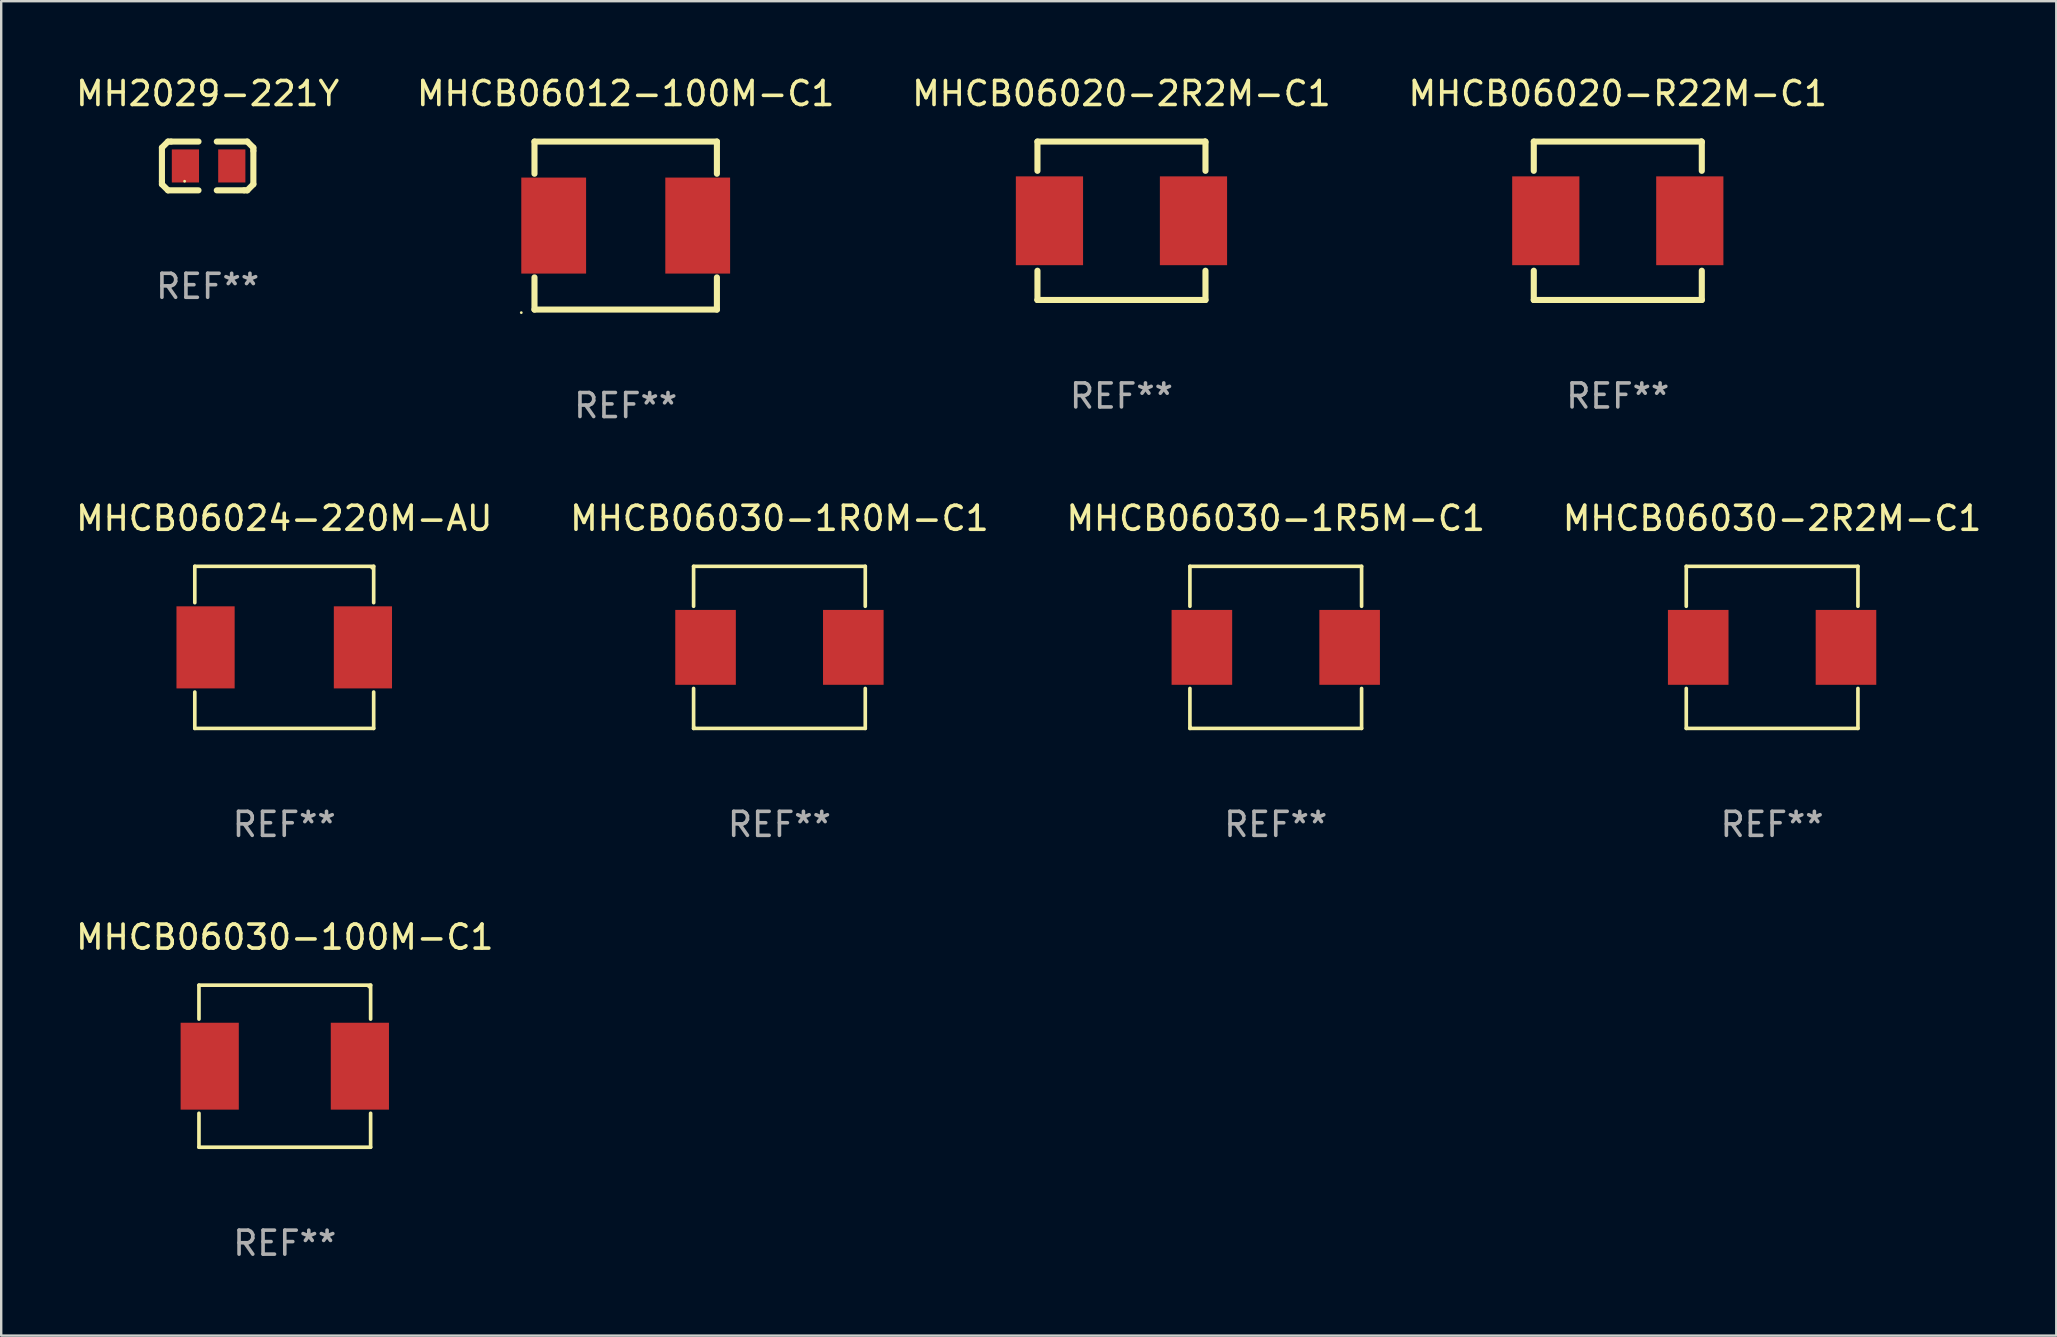
<source format=kicad_pcb>
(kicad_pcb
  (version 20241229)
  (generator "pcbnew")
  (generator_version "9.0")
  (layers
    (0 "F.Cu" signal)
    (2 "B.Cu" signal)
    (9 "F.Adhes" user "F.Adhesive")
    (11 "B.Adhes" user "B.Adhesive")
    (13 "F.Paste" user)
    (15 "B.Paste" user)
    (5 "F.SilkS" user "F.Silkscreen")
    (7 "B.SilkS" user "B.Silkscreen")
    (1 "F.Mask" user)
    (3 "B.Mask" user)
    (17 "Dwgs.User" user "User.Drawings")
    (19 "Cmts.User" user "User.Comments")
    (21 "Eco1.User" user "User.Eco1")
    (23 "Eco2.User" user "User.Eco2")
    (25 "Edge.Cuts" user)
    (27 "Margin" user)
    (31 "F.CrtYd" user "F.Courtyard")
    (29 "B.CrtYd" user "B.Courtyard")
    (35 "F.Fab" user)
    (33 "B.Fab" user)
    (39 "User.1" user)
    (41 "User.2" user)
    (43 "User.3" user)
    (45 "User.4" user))
  (footprint "MH2029-221Y"
    (layer "F.Cu")
    (at 5.601 3.864)
    (property "Reference" "MH2029-221Y" (at 0 -3.016 0) (layer "F.SilkS") (effects (font (size 1 1) (thickness 0.15))))
    (attr through_hole)
    (fp_line (start -1.905 -0.762) (end -1.905 0.635) (stroke (width 0.254) (type solid)) (layer "F.SilkS"))
    (fp_line (start -1.905 0.635) (end -1.905 0.762) (stroke (width 0.254) (type solid)) (layer "F.SilkS"))
    (fp_line (start -1.905 0.762) (end -1.651 1.016) (stroke (width 0.254) (type solid)) (layer "F.SilkS"))
    (fp_line (start -1.651 -1.016) (end -1.905 -0.762) (stroke (width 0.254) (type solid)) (layer "F.SilkS"))
    (fp_line (start -1.651 1.016) (end -0.381 1.016) (stroke (width 0.254) (type solid)) (layer "F.SilkS"))
    (fp_line (start -1.524 -1.016) (end -1.651 -1.016) (stroke (width 0.254) (type solid)) (layer "F.SilkS"))
    (fp_line (start -0.381 -1.016) (end -1.524 -1.016) (stroke (width 0.254) (type solid)) (layer "F.SilkS"))
    (fp_line (start 0.381 1.016) (end 1.524 1.016) (stroke (width 0.254) (type solid)) (layer "F.SilkS"))
    (fp_line (start 1.524 1.016) (end 1.651 1.016) (stroke (width 0.254) (type solid)) (layer "F.SilkS"))
    (fp_line (start 1.651 -1.016) (end 0.381 -1.016) (stroke (width 0.254) (type solid)) (layer "F.SilkS"))
    (fp_line (start 1.651 1.016) (end 1.905 0.762) (stroke (width 0.254) (type solid)) (layer "F.SilkS"))
    (fp_line (start 1.905 -0.762) (end 1.651 -1.016) (stroke (width 0.254) (type solid)) (layer "F.SilkS"))
    (fp_line (start 1.905 -0.635) (end 1.905 -0.762) (stroke (width 0.254) (type solid)) (layer "F.SilkS"))
    (fp_line (start 1.905 0.762) (end 1.905 -0.635) (stroke (width 0.254) (type solid)) (layer "F.SilkS"))
    (fp_circle (center -0.96 0.637) (end -0.93 0.637) (stroke (width 0.06) (type solid)) (fill no) (layer "F.SilkS"))
    (fp_text user "REF**" (at 0 5.016 0) (layer "F.Fab") (effects (font (size 1 1) (thickness 0.15))))
    (pad "1" smd rect (at -0.926 -0.000051) (size 1.133 1.377) (layers "F.Cu" "F.Mask" "F.Paste"))
    (pad "2" smd rect (at 1.006 -0.000051) (size 1.133 1.377) (layers "F.Cu" "F.Mask" "F.Paste")))
  (footprint "MHCB06030-1R0M-C1"
    (layer "F.Cu")
    (at 29.423 23.921)
    (property "Reference" "MHCB06030-1R0M-C1" (at 0 -5.376 0) (layer "F.SilkS") (effects (font (size 1 1) (thickness 0.15))))
    (attr through_hole)
    (fp_line (start -3.576 -3.376) (end 3.576 -3.376) (stroke (width 0.152) (type solid)) (layer "F.SilkS"))
    (fp_line (start -3.576 -1.712) (end -3.576 -3.376) (stroke (width 0.152) (type solid)) (layer "F.SilkS"))
    (fp_line (start -3.576 1.712) (end -3.576 3.376) (stroke (width 0.152) (type solid)) (layer "F.SilkS"))
    (fp_line (start -3.576 3.376) (end 3.576 3.376) (stroke (width 0.152) (type solid)) (layer "F.SilkS"))
    (fp_line (start 3.576 -3.376) (end 3.576 -1.712) (stroke (width 0.152) (type solid)) (layer "F.SilkS"))
    (fp_line (start 3.576 3.376) (end 3.576 1.712) (stroke (width 0.152) (type solid)) (layer "F.SilkS"))
    (fp_circle (center -3.552 3.307) (end -3.522 3.307) (stroke (width 0.06) (type solid)) (fill no) (layer "F.SilkS"))
    (fp_text user "REF**" (at 0 7.376 0) (layer "F.Fab") (effects (font (size 1 1) (thickness 0.15))))
    (pad "1" smd rect (at -3.078 0) (size 2.524 3.12) (layers "F.Cu" "F.Mask" "F.Paste"))
    (pad "2" smd rect (at 3.078 0) (size 2.524 3.12) (layers "F.Cu" "F.Mask" "F.Paste")))
  (footprint "MHCB06012-100M-C1"
    (layer "F.Cu")
    (at 23.018 6.348)
    (property "Reference" "MHCB06012-100M-C1" (at 0 -5.5 0) (layer "F.SilkS") (effects (font (size 1 1) (thickness 0.15))))
    (attr through_hole)
    (fp_line (start -3.8 -3.5) (end 3.8 -3.5) (stroke (width 0.254) (type solid)) (layer "F.SilkS"))
    (fp_line (start -3.8 -2.159) (end -3.8 -3.5) (stroke (width 0.254) (type solid)) (layer "F.SilkS"))
    (fp_line (start -3.8 2.159) (end -3.8 3.5) (stroke (width 0.254) (type solid)) (layer "F.SilkS"))
    (fp_line (start -3.8 3.5) (end 3.8 3.5) (stroke (width 0.254) (type solid)) (layer "F.SilkS"))
    (fp_line (start 3.8 -3.5) (end 3.8 -2.159) (stroke (width 0.254) (type solid)) (layer "F.SilkS"))
    (fp_line (start 3.8 3.5) (end 3.8 2.159) (stroke (width 0.254) (type solid)) (layer "F.SilkS"))
    (fp_circle (center -4.35 3.627) (end -4.32 3.627) (stroke (width 0.06) (type solid)) (fill no) (layer "F.SilkS"))
    (fp_text user "REF**" (at 0 7.5 0) (layer "F.Fab") (effects (font (size 1 1) (thickness 0.15))))
    (pad "1" smd rect (at -3 0) (size 2.7 4) (layers "F.Cu" "F.Mask" "F.Paste"))
    (pad "2" smd rect (at 3 0) (size 2.7 4) (layers "F.Cu" "F.Mask" "F.Paste")))
  (footprint "MHCB06020-R22M-C1"
    (layer "F.Cu")
    (at 64.351 6.148)
    (property "Reference" "MHCB06020-R22M-C1" (at 0 -5.3 0) (layer "F.SilkS") (effects (font (size 1 1) (thickness 0.15))))
    (attr through_hole)
    (fp_line (start -3.5 -3.3) (end 3.48 -3.3) (stroke (width 0.254) (type solid)) (layer "F.SilkS"))
    (fp_line (start -3.5 -2.081) (end -3.5 -3.3) (stroke (width 0.254) (type solid)) (layer "F.SilkS"))
    (fp_line (start -3.5 3.3) (end -3.5 2.081) (stroke (width 0.254) (type solid)) (layer "F.SilkS"))
    (fp_line (start -3.49 3.3) (end -3.5 3.3) (stroke (width 0.254) (type solid)) (layer "F.SilkS"))
    (fp_line (start 3.48 -3.3) (end 3.5 -3.28) (stroke (width 0.254) (type solid)) (layer "F.SilkS"))
    (fp_line (start 3.5 -3.3) (end 3.5 -2.081) (stroke (width 0.254) (type solid)) (layer "F.SilkS"))
    (fp_line (start 3.5 2.081) (end 3.5 3.3) (stroke (width 0.254) (type solid)) (layer "F.SilkS"))
    (fp_line (start 3.5 3.3) (end -3.49 3.3) (stroke (width 0.254) (type solid)) (layer "F.SilkS"))
    (fp_circle (center -3.5 3.3) (end -3.47 3.3) (stroke (width 0.06) (type solid)) (fill no) (layer "F.SilkS"))
    (fp_text user "REF**" (at 0 7.3 0) (layer "F.Fab") (effects (font (size 1 1) (thickness 0.15))))
    (pad "1" smd rect (at -3 0) (size 2.8 3.7) (layers "F.Cu" "F.Mask" "F.Paste"))
    (pad "2" smd rect (at 3 0) (size 2.8 3.7) (layers "F.Cu" "F.Mask" "F.Paste")))
  (footprint "MHCB06030-2R2M-C1"
    (layer "F.Cu")
    (at 70.78 23.921)
    (property "Reference" "MHCB06030-2R2M-C1" (at 0 -5.376 0) (layer "F.SilkS") (effects (font (size 1 1) (thickness 0.15))))
    (attr through_hole)
    (fp_line (start -3.576 -3.376) (end 3.576 -3.376) (stroke (width 0.152) (type solid)) (layer "F.SilkS"))
    (fp_line (start -3.576 -1.712) (end -3.576 -3.376) (stroke (width 0.152) (type solid)) (layer "F.SilkS"))
    (fp_line (start -3.576 1.712) (end -3.576 3.376) (stroke (width 0.152) (type solid)) (layer "F.SilkS"))
    (fp_line (start -3.576 3.376) (end 3.576 3.376) (stroke (width 0.152) (type solid)) (layer "F.SilkS"))
    (fp_line (start 3.576 -3.376) (end 3.576 -1.712) (stroke (width 0.152) (type solid)) (layer "F.SilkS"))
    (fp_line (start 3.576 3.376) (end 3.576 1.712) (stroke (width 0.152) (type solid)) (layer "F.SilkS"))
    (fp_circle (center -3.552 3.307) (end -3.522 3.307) (stroke (width 0.06) (type solid)) (fill no) (layer "F.SilkS"))
    (fp_text user "REF**" (at 0 7.376 0) (layer "F.Fab") (effects (font (size 1 1) (thickness 0.15))))
    (pad "1" smd rect (at -3.078 0) (size 2.524 3.12) (layers "F.Cu" "F.Mask" "F.Paste"))
    (pad "2" smd rect (at 3.078 0) (size 2.524 3.12) (layers "F.Cu" "F.Mask" "F.Paste")))
  (footprint "MHCB06030-1R5M-C1"
    (layer "F.Cu")
    (at 50.101 23.921)
    (property "Reference" "MHCB06030-1R5M-C1" (at 0 -5.376 0) (layer "F.SilkS") (effects (font (size 1 1) (thickness 0.15))))
    (attr through_hole)
    (fp_line (start -3.576 -3.376) (end 3.576 -3.376) (stroke (width 0.152) (type solid)) (layer "F.SilkS"))
    (fp_line (start -3.576 -1.712) (end -3.576 -3.376) (stroke (width 0.152) (type solid)) (layer "F.SilkS"))
    (fp_line (start -3.576 1.712) (end -3.576 3.376) (stroke (width 0.152) (type solid)) (layer "F.SilkS"))
    (fp_line (start -3.576 3.376) (end 3.576 3.376) (stroke (width 0.152) (type solid)) (layer "F.SilkS"))
    (fp_line (start 3.576 -3.376) (end 3.576 -1.712) (stroke (width 0.152) (type solid)) (layer "F.SilkS"))
    (fp_line (start 3.576 3.376) (end 3.576 1.712) (stroke (width 0.152) (type solid)) (layer "F.SilkS"))
    (fp_circle (center -3.552 3.307) (end -3.522 3.307) (stroke (width 0.06) (type solid)) (fill no) (layer "F.SilkS"))
    (fp_text user "REF**" (at 0 7.376 0) (layer "F.Fab") (effects (font (size 1 1) (thickness 0.15))))
    (pad "1" smd rect (at -3.078 0) (size 2.524 3.12) (layers "F.Cu" "F.Mask" "F.Paste"))
    (pad "2" smd rect (at 3.078 0) (size 2.524 3.12) (layers "F.Cu" "F.Mask" "F.Paste")))
  (footprint "MHCB06020-2R2M-C1"
    (layer "F.Cu")
    (at 43.673 6.148)
    (property "Reference" "MHCB06020-2R2M-C1" (at 0 -5.3 0) (layer "F.SilkS") (effects (font (size 1 1) (thickness 0.15))))
    (attr through_hole)
    (fp_line (start -3.5 -3.3) (end 3.48 -3.3) (stroke (width 0.254) (type solid)) (layer "F.SilkS"))
    (fp_line (start -3.5 -2.081) (end -3.5 -3.3) (stroke (width 0.254) (type solid)) (layer "F.SilkS"))
    (fp_line (start -3.5 3.3) (end -3.5 2.081) (stroke (width 0.254) (type solid)) (layer "F.SilkS"))
    (fp_line (start -3.49 3.3) (end -3.5 3.3) (stroke (width 0.254) (type solid)) (layer "F.SilkS"))
    (fp_line (start 3.48 -3.3) (end 3.5 -3.28) (stroke (width 0.254) (type solid)) (layer "F.SilkS"))
    (fp_line (start 3.5 -3.3) (end 3.5 -2.081) (stroke (width 0.254) (type solid)) (layer "F.SilkS"))
    (fp_line (start 3.5 2.081) (end 3.5 3.3) (stroke (width 0.254) (type solid)) (layer "F.SilkS"))
    (fp_line (start 3.5 3.3) (end -3.49 3.3) (stroke (width 0.254) (type solid)) (layer "F.SilkS"))
    (fp_circle (center -3.5 3.3) (end -3.47 3.3) (stroke (width 0.06) (type solid)) (fill no) (layer "F.SilkS"))
    (fp_text user "REF**" (at 0 7.3 0) (layer "F.Fab") (effects (font (size 1 1) (thickness 0.15))))
    (pad "1" smd rect (at -3 0) (size 2.8 3.7) (layers "F.Cu" "F.Mask" "F.Paste"))
    (pad "2" smd rect (at 3 0) (size 2.8 3.7) (layers "F.Cu" "F.Mask" "F.Paste")))
  (footprint "MHCB06024-220M-AU"
    (layer "F.Cu")
    (at 8.792 23.921)
    (property "Reference" "MHCB06024-220M-AU" (at 0 -5.376 0) (layer "F.SilkS") (effects (font (size 1 1) (thickness 0.15))))
    (attr through_hole)
    (fp_line (start -3.726 -3.376) (end 3.726 -3.376) (stroke (width 0.152) (type solid)) (layer "F.SilkS"))
    (fp_line (start -3.726 -1.862) (end -3.726 -3.376) (stroke (width 0.152) (type solid)) (layer "F.SilkS"))
    (fp_line (start -3.726 1.862) (end -3.726 3.376) (stroke (width 0.152) (type solid)) (layer "F.SilkS"))
    (fp_line (start -3.726 3.376) (end 3.726 3.376) (stroke (width 0.152) (type solid)) (layer "F.SilkS"))
    (fp_line (start 3.726 -3.376) (end 3.726 -1.862) (stroke (width 0.152) (type solid)) (layer "F.SilkS"))
    (fp_line (start 3.726 3.376) (end 3.726 1.862) (stroke (width 0.152) (type solid)) (layer "F.SilkS"))
    (fp_circle (center 3.65 -3.3) (end 3.68 -3.3) (stroke (width 0.06) (type solid)) (fill no) (layer "F.SilkS"))
    (fp_text user "REF**" (at 0 7.376 0) (layer "F.Fab") (effects (font (size 1 1) (thickness 0.15))))
    (pad "1" smd rect (at 3.278 0) (size 2.424 3.42) (layers "F.Cu" "F.Mask" "F.Paste"))
    (pad "2" smd rect (at -3.278 0) (size 2.424 3.42) (layers "F.Cu" "F.Mask" "F.Paste")))
  (footprint "MHCB06030-100M-C1"
    (layer "F.Cu")
    (at 8.815 41.37)
    (property "Reference" "MHCB06030-100M-C1" (at 0 -5.376 0) (layer "F.SilkS") (effects (font (size 1 1) (thickness 0.15))))
    (attr through_hole)
    (fp_line (start -3.576 -3.376) (end 3.576 -3.376) (stroke (width 0.152) (type solid)) (layer "F.SilkS"))
    (fp_line (start -3.576 -1.962) (end -3.576 -3.376) (stroke (width 0.152) (type solid)) (layer "F.SilkS"))
    (fp_line (start -3.576 1.962) (end -3.576 3.376) (stroke (width 0.152) (type solid)) (layer "F.SilkS"))
    (fp_line (start -3.576 3.376) (end 3.576 3.376) (stroke (width 0.152) (type solid)) (layer "F.SilkS"))
    (fp_line (start 3.576 -3.376) (end 3.576 -1.962) (stroke (width 0.152) (type solid)) (layer "F.SilkS"))
    (fp_line (start 3.576 3.376) (end 3.576 1.962) (stroke (width 0.152) (type solid)) (layer "F.SilkS"))
    (fp_circle (center 3.5 -3.3) (end 3.53 -3.3) (stroke (width 0.06) (type solid)) (fill no) (layer "F.SilkS"))
    (fp_text user "REF**" (at 0 7.376 0) (layer "F.Fab") (effects (font (size 1 1) (thickness 0.15))))
    (pad "1" smd rect (at 3.128 0) (size 2.424 3.62) (layers "F.Cu" "F.Mask" "F.Paste"))
    (pad "2" smd rect (at -3.128 0) (size 2.424 3.62) (layers "F.Cu" "F.Mask" "F.Paste")))
  (gr_rect
    (start -3 -3)
    (end 82.619 52.594)
    (stroke (width 0.1) (type default))
    (fill no)
    (layer "Edge.Cuts")))
</source>
